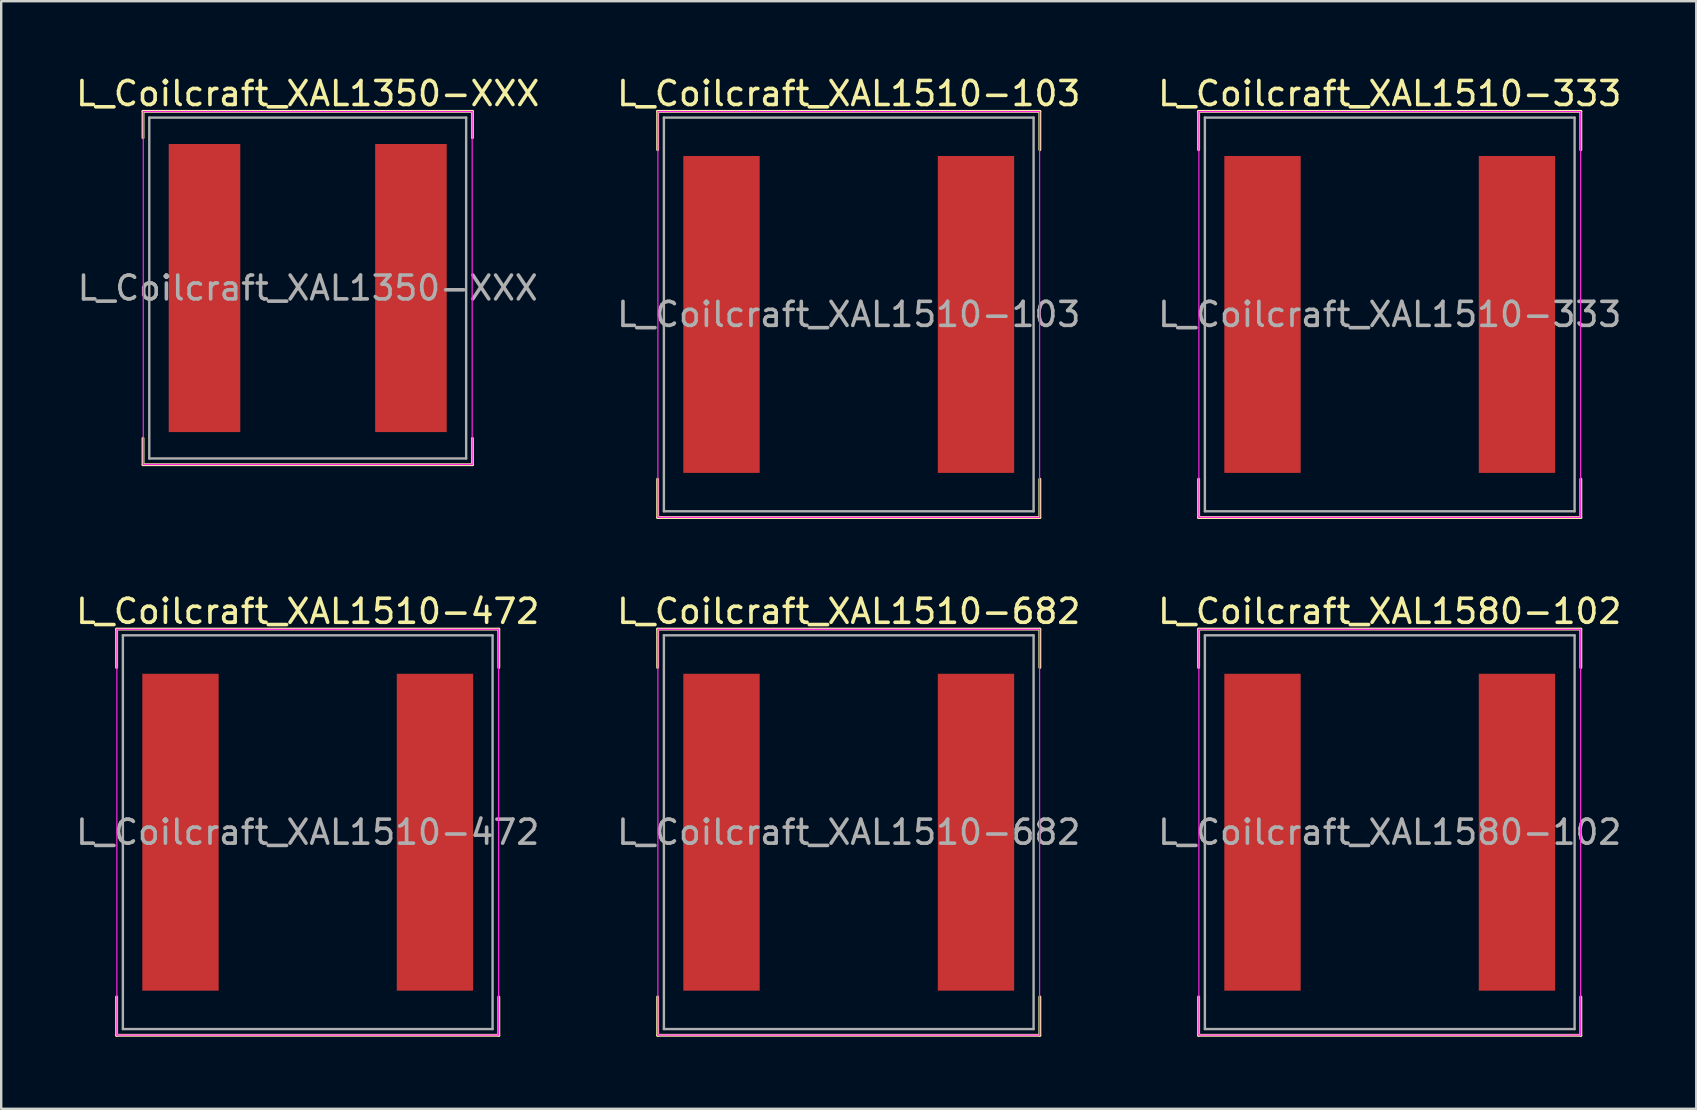
<source format=kicad_pcb>
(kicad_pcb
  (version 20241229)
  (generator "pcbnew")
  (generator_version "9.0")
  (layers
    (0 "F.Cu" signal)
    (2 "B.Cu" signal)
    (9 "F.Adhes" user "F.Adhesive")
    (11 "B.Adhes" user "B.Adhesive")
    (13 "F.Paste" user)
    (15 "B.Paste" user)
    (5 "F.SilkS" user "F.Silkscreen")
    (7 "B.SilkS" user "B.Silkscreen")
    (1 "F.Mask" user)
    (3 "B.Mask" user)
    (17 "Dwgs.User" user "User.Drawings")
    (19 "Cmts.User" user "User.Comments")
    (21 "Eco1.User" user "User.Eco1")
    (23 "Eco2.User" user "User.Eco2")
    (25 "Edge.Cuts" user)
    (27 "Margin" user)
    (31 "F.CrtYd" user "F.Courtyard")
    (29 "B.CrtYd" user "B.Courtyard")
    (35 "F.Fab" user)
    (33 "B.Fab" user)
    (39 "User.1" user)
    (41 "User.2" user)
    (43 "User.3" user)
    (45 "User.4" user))
  (footprint "L_Coilcraft_XAL1510-682"
    (layer "F.Cu")
    (at 32.304 31.616)
    (property "Reference" "L_Coilcraft_XAL1510-682" (at 0 -9.2 0) (layer "F.SilkS") (effects (font (size 1 1) (thickness 0.15))))
    (attr smd)
    (fp_line (start -7.96 -8.46) (end -7.96 -6.86) (stroke (width 0.12) (type solid)) (layer "F.SilkS"))
    (fp_line (start -7.96 -8.46) (end 7.96 -8.46) (stroke (width 0.12) (type solid)) (layer "F.SilkS"))
    (fp_line (start -7.96 8.46) (end -7.96 6.86) (stroke (width 0.12) (type solid)) (layer "F.SilkS"))
    (fp_line (start -7.96 8.46) (end 7.96 8.46) (stroke (width 0.12) (type solid)) (layer "F.SilkS"))
    (fp_line (start 7.96 -8.46) (end 7.96 -6.86) (stroke (width 0.12) (type solid)) (layer "F.SilkS"))
    (fp_line (start 7.96 8.46) (end 7.96 6.86) (stroke (width 0.12) (type solid)) (layer "F.SilkS"))
    (fp_line (start -7.95 -8.45) (end -7.95 8.45) (stroke (width 0.05) (type solid)) (layer "F.CrtYd"))
    (fp_line (start -7.95 8.45) (end 7.95 8.45) (stroke (width 0.05) (type solid)) (layer "F.CrtYd"))
    (fp_line (start 7.95 -8.45) (end -7.95 -8.45) (stroke (width 0.05) (type solid)) (layer "F.CrtYd"))
    (fp_line (start 7.95 8.45) (end 7.95 -8.45) (stroke (width 0.05) (type solid)) (layer "F.CrtYd"))
    (fp_line (start -7.7 -8.2) (end -7.7 8.2) (stroke (width 0.1) (type solid)) (layer "F.Fab"))
    (fp_line (start -7.7 8.2) (end 7.7 8.2) (stroke (width 0.1) (type solid)) (layer "F.Fab"))
    (fp_line (start 7.7 -8.2) (end -7.7 -8.2) (stroke (width 0.1) (type solid)) (layer "F.Fab"))
    (fp_line (start 7.7 8.2) (end 7.7 -8.2) (stroke (width 0.1) (type solid)) (layer "F.Fab"))
    (fp_text user "${REFERENCE}" (at 0 0 0) (layer "F.Fab") (effects (font (size 1 1) (thickness 0.15))))
    (pad "1" smd rect (at -5.3 0) (size 3.18 13.2) (layers "F.Cu" "F.Mask" "F.Paste"))
    (pad "2" smd rect (at 5.3 0) (size 3.18 13.2) (layers "F.Cu" "F.Mask" "F.Paste")))
  (footprint "L_Coilcraft_XAL1350-XXX"
    (layer "F.Cu")
    (at 9.768 8.948)
    (property "Reference" "L_Coilcraft_XAL1350-XXX" (at 0 -8.1 0) (layer "F.SilkS") (effects (font (size 1 1) (thickness 0.15))))
    (attr smd)
    (fp_line (start -6.86 -7.36) (end -6.86 -6.26) (stroke (width 0.12) (type solid)) (layer "F.SilkS"))
    (fp_line (start -6.86 -7.36) (end 6.86 -7.36) (stroke (width 0.12) (type solid)) (layer "F.SilkS"))
    (fp_line (start -6.86 7.36) (end -6.86 6.26) (stroke (width 0.12) (type solid)) (layer "F.SilkS"))
    (fp_line (start -6.86 7.36) (end 6.86 7.36) (stroke (width 0.12) (type solid)) (layer "F.SilkS"))
    (fp_line (start 6.86 -7.36) (end 6.86 -6.26) (stroke (width 0.12) (type solid)) (layer "F.SilkS"))
    (fp_line (start 6.86 7.36) (end 6.86 6.26) (stroke (width 0.12) (type solid)) (layer "F.SilkS"))
    (fp_line (start -6.85 -7.35) (end -6.85 7.35) (stroke (width 0.05) (type solid)) (layer "F.CrtYd"))
    (fp_line (start -6.85 7.35) (end 6.85 7.35) (stroke (width 0.05) (type solid)) (layer "F.CrtYd"))
    (fp_line (start 6.85 -7.35) (end -6.85 -7.35) (stroke (width 0.05) (type solid)) (layer "F.CrtYd"))
    (fp_line (start 6.85 7.35) (end 6.85 -7.35) (stroke (width 0.05) (type solid)) (layer "F.CrtYd"))
    (fp_line (start -6.6 -7.1) (end -6.6 7.1) (stroke (width 0.1) (type solid)) (layer "F.Fab"))
    (fp_line (start -6.6 7.1) (end 6.6 7.1) (stroke (width 0.1) (type solid)) (layer "F.Fab"))
    (fp_line (start 6.6 -7.1) (end -6.6 -7.1) (stroke (width 0.1) (type solid)) (layer "F.Fab"))
    (fp_line (start 6.6 7.1) (end 6.6 -7.1) (stroke (width 0.1) (type solid)) (layer "F.Fab"))
    (fp_text user "${REFERENCE}" (at 0 0 0) (layer "F.Fab") (effects (font (size 0.993 0.993) (thickness 0.149))))
    (pad "1" smd rect (at -4.3 0) (size 2.98 12) (layers "F.Cu" "F.Mask" "F.Paste"))
    (pad "2" smd rect (at 4.3 0) (size 2.98 12) (layers "F.Cu" "F.Mask" "F.Paste")))
  (footprint "L_Coilcraft_XAL1510-333"
    (layer "F.Cu")
    (at 54.839 10.048)
    (property "Reference" "L_Coilcraft_XAL1510-333" (at 0 -9.2 0) (layer "F.SilkS") (effects (font (size 1 1) (thickness 0.15))))
    (attr smd)
    (fp_line (start -7.96 -8.46) (end -7.96 -6.86) (stroke (width 0.12) (type solid)) (layer "F.SilkS"))
    (fp_line (start -7.96 -8.46) (end 7.96 -8.46) (stroke (width 0.12) (type solid)) (layer "F.SilkS"))
    (fp_line (start -7.96 8.46) (end -7.96 6.86) (stroke (width 0.12) (type solid)) (layer "F.SilkS"))
    (fp_line (start -7.96 8.46) (end 7.96 8.46) (stroke (width 0.12) (type solid)) (layer "F.SilkS"))
    (fp_line (start 7.96 -8.46) (end 7.96 -6.86) (stroke (width 0.12) (type solid)) (layer "F.SilkS"))
    (fp_line (start 7.96 8.46) (end 7.96 6.86) (stroke (width 0.12) (type solid)) (layer "F.SilkS"))
    (fp_line (start -7.95 -8.45) (end -7.95 8.45) (stroke (width 0.05) (type solid)) (layer "F.CrtYd"))
    (fp_line (start -7.95 8.45) (end 7.95 8.45) (stroke (width 0.05) (type solid)) (layer "F.CrtYd"))
    (fp_line (start 7.95 -8.45) (end -7.95 -8.45) (stroke (width 0.05) (type solid)) (layer "F.CrtYd"))
    (fp_line (start 7.95 8.45) (end 7.95 -8.45) (stroke (width 0.05) (type solid)) (layer "F.CrtYd"))
    (fp_line (start -7.7 -8.2) (end -7.7 8.2) (stroke (width 0.1) (type solid)) (layer "F.Fab"))
    (fp_line (start -7.7 8.2) (end 7.7 8.2) (stroke (width 0.1) (type solid)) (layer "F.Fab"))
    (fp_line (start 7.7 -8.2) (end -7.7 -8.2) (stroke (width 0.1) (type solid)) (layer "F.Fab"))
    (fp_line (start 7.7 8.2) (end 7.7 -8.2) (stroke (width 0.1) (type solid)) (layer "F.Fab"))
    (fp_text user "${REFERENCE}" (at 0 0 0) (layer "F.Fab") (effects (font (size 1 1) (thickness 0.15))))
    (pad "1" smd rect (at -5.3 0) (size 3.18 13.2) (layers "F.Cu" "F.Mask" "F.Paste"))
    (pad "2" smd rect (at 5.3 0) (size 3.18 13.2) (layers "F.Cu" "F.Mask" "F.Paste")))
  (footprint "L_Coilcraft_XAL1510-103"
    (layer "F.Cu")
    (at 32.304 10.048)
    (property "Reference" "L_Coilcraft_XAL1510-103" (at 0 -9.2 0) (layer "F.SilkS") (effects (font (size 1 1) (thickness 0.15))))
    (attr smd)
    (fp_line (start -7.96 -8.46) (end -7.96 -6.86) (stroke (width 0.12) (type solid)) (layer "F.SilkS"))
    (fp_line (start -7.96 -8.46) (end 7.96 -8.46) (stroke (width 0.12) (type solid)) (layer "F.SilkS"))
    (fp_line (start -7.96 8.46) (end -7.96 6.86) (stroke (width 0.12) (type solid)) (layer "F.SilkS"))
    (fp_line (start -7.96 8.46) (end 7.96 8.46) (stroke (width 0.12) (type solid)) (layer "F.SilkS"))
    (fp_line (start 7.96 -8.46) (end 7.96 -6.86) (stroke (width 0.12) (type solid)) (layer "F.SilkS"))
    (fp_line (start 7.96 8.46) (end 7.96 6.86) (stroke (width 0.12) (type solid)) (layer "F.SilkS"))
    (fp_line (start -7.95 -8.45) (end -7.95 8.45) (stroke (width 0.05) (type solid)) (layer "F.CrtYd"))
    (fp_line (start -7.95 8.45) (end 7.95 8.45) (stroke (width 0.05) (type solid)) (layer "F.CrtYd"))
    (fp_line (start 7.95 -8.45) (end -7.95 -8.45) (stroke (width 0.05) (type solid)) (layer "F.CrtYd"))
    (fp_line (start 7.95 8.45) (end 7.95 -8.45) (stroke (width 0.05) (type solid)) (layer "F.CrtYd"))
    (fp_line (start -7.7 -8.2) (end -7.7 8.2) (stroke (width 0.1) (type solid)) (layer "F.Fab"))
    (fp_line (start -7.7 8.2) (end 7.7 8.2) (stroke (width 0.1) (type solid)) (layer "F.Fab"))
    (fp_line (start 7.7 -8.2) (end -7.7 -8.2) (stroke (width 0.1) (type solid)) (layer "F.Fab"))
    (fp_line (start 7.7 8.2) (end 7.7 -8.2) (stroke (width 0.1) (type solid)) (layer "F.Fab"))
    (fp_text user "${REFERENCE}" (at 0 0 0) (layer "F.Fab") (effects (font (size 1 1) (thickness 0.15))))
    (pad "1" smd rect (at -5.3 0) (size 3.18 13.2) (layers "F.Cu" "F.Mask" "F.Paste"))
    (pad "2" smd rect (at 5.3 0) (size 3.18 13.2) (layers "F.Cu" "F.Mask" "F.Paste")))
  (footprint "L_Coilcraft_XAL1580-102"
    (layer "F.Cu")
    (at 54.839 31.616)
    (property "Reference" "L_Coilcraft_XAL1580-102" (at 0 -9.2 0) (layer "F.SilkS") (effects (font (size 1 1) (thickness 0.15))))
    (attr smd)
    (fp_line (start -7.96 -8.46) (end -7.96 -6.86) (stroke (width 0.12) (type solid)) (layer "F.SilkS"))
    (fp_line (start -7.96 -8.46) (end 7.96 -8.46) (stroke (width 0.12) (type solid)) (layer "F.SilkS"))
    (fp_line (start -7.96 8.46) (end -7.96 6.86) (stroke (width 0.12) (type solid)) (layer "F.SilkS"))
    (fp_line (start -7.96 8.46) (end 7.96 8.46) (stroke (width 0.12) (type solid)) (layer "F.SilkS"))
    (fp_line (start 7.96 -8.46) (end 7.96 -6.86) (stroke (width 0.12) (type solid)) (layer "F.SilkS"))
    (fp_line (start 7.96 8.46) (end 7.96 6.86) (stroke (width 0.12) (type solid)) (layer "F.SilkS"))
    (fp_line (start -7.95 -8.45) (end -7.95 8.45) (stroke (width 0.05) (type solid)) (layer "F.CrtYd"))
    (fp_line (start -7.95 8.45) (end 7.95 8.45) (stroke (width 0.05) (type solid)) (layer "F.CrtYd"))
    (fp_line (start 7.95 -8.45) (end -7.95 -8.45) (stroke (width 0.05) (type solid)) (layer "F.CrtYd"))
    (fp_line (start 7.95 8.45) (end 7.95 -8.45) (stroke (width 0.05) (type solid)) (layer "F.CrtYd"))
    (fp_line (start -7.7 -8.2) (end -7.7 8.2) (stroke (width 0.1) (type solid)) (layer "F.Fab"))
    (fp_line (start -7.7 8.2) (end 7.7 8.2) (stroke (width 0.1) (type solid)) (layer "F.Fab"))
    (fp_line (start 7.7 -8.2) (end -7.7 -8.2) (stroke (width 0.1) (type solid)) (layer "F.Fab"))
    (fp_line (start 7.7 8.2) (end 7.7 -8.2) (stroke (width 0.1) (type solid)) (layer "F.Fab"))
    (fp_text user "${REFERENCE}" (at 0 0 0) (layer "F.Fab") (effects (font (size 1 1) (thickness 0.15))))
    (pad "1" smd rect (at -5.3 0) (size 3.18 13.2) (layers "F.Cu" "F.Mask" "F.Paste"))
    (pad "2" smd rect (at 5.3 0) (size 3.18 13.2) (layers "F.Cu" "F.Mask" "F.Paste")))
  (footprint "L_Coilcraft_XAL1510-472"
    (layer "F.Cu")
    (at 9.768 31.616)
    (property "Reference" "L_Coilcraft_XAL1510-472" (at 0 -9.2 0) (layer "F.SilkS") (effects (font (size 1 1) (thickness 0.15))))
    (attr smd)
    (fp_line (start -7.96 -8.46) (end -7.96 -6.86) (stroke (width 0.12) (type solid)) (layer "F.SilkS"))
    (fp_line (start -7.96 -8.46) (end 7.96 -8.46) (stroke (width 0.12) (type solid)) (layer "F.SilkS"))
    (fp_line (start -7.96 8.46) (end -7.96 6.86) (stroke (width 0.12) (type solid)) (layer "F.SilkS"))
    (fp_line (start -7.96 8.46) (end 7.96 8.46) (stroke (width 0.12) (type solid)) (layer "F.SilkS"))
    (fp_line (start 7.96 -8.46) (end 7.96 -6.86) (stroke (width 0.12) (type solid)) (layer "F.SilkS"))
    (fp_line (start 7.96 8.46) (end 7.96 6.86) (stroke (width 0.12) (type solid)) (layer "F.SilkS"))
    (fp_line (start -7.95 -8.45) (end -7.95 8.45) (stroke (width 0.05) (type solid)) (layer "F.CrtYd"))
    (fp_line (start -7.95 8.45) (end 7.95 8.45) (stroke (width 0.05) (type solid)) (layer "F.CrtYd"))
    (fp_line (start 7.95 -8.45) (end -7.95 -8.45) (stroke (width 0.05) (type solid)) (layer "F.CrtYd"))
    (fp_line (start 7.95 8.45) (end 7.95 -8.45) (stroke (width 0.05) (type solid)) (layer "F.CrtYd"))
    (fp_line (start -7.7 -8.2) (end -7.7 8.2) (stroke (width 0.1) (type solid)) (layer "F.Fab"))
    (fp_line (start -7.7 8.2) (end 7.7 8.2) (stroke (width 0.1) (type solid)) (layer "F.Fab"))
    (fp_line (start 7.7 -8.2) (end -7.7 -8.2) (stroke (width 0.1) (type solid)) (layer "F.Fab"))
    (fp_line (start 7.7 8.2) (end 7.7 -8.2) (stroke (width 0.1) (type solid)) (layer "F.Fab"))
    (fp_text user "${REFERENCE}" (at 0 0 0) (layer "F.Fab") (effects (font (size 1 1) (thickness 0.15))))
    (pad "1" smd rect (at -5.3 0) (size 3.18 13.2) (layers "F.Cu" "F.Mask" "F.Paste"))
    (pad "2" smd rect (at 5.3 0) (size 3.18 13.2) (layers "F.Cu" "F.Mask" "F.Paste")))
  (gr_rect
    (start -3 -3)
    (end 67.607 43.136)
    (stroke (width 0.1) (type default))
    (fill no)
    (layer "Edge.Cuts")))
</source>
